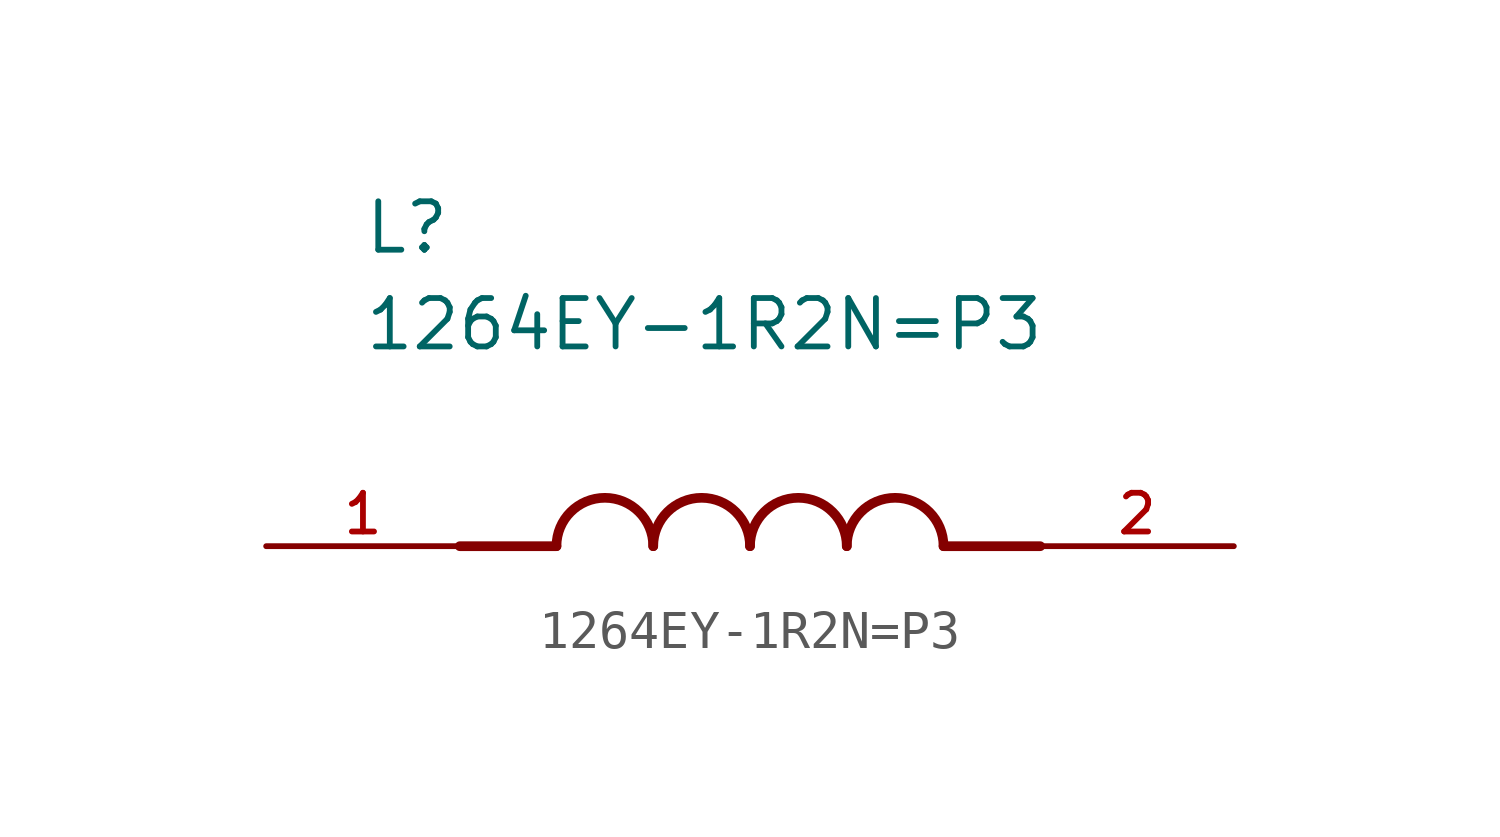
<source format=kicad_sym>
(kicad_symbol_lib
  (version 20211014)
  (generator kicad_symbol_editor)
  (symbol "1264EY-1R2N=P3"
    (pin_names
      (offset 1.016))
    (property "Reference" "L"
      (at -10.16 7.62 0)
      (effects (font (size 1.27 1.27)) (justify bottom left)))
    (property "Value" "1264EY-1R2N=P3"
      (at -10.16 5.08 0)
      (effects (font (size 1.27 1.27)) (justify bottom left)))
    (symbol "1264EY-1R2N=P3_0_0"
      (polyline (pts (xy -5.08 0.0) (xy -7.62 0.0)) (stroke (width 0.254)))
      (polyline (pts (xy 5.08 0.0) (xy 7.62 0.0)) (stroke (width 0.254)))
      (arc (start -2.54 0.0) (mid -3.81 1.27) (end -5.08 0.0) (stroke (width 0.254) (type default) (color 0 0 0 0)) (fill (type none)))
      (arc (start 0.0 0.0) (mid -1.27 1.27) (end -2.54 0.0) (stroke (width 0.254) (type default) (color 0 0 0 0)) (fill (type none)))
      (arc (start 2.54 0.0) (mid 1.27 1.27) (end 0.0 0.0) (stroke (width 0.254) (type default) (color 0 0 0 0)) (fill (type none)))
      (arc (start 5.08 0.0) (mid 3.81 1.27) (end 2.54 0.0) (stroke (width 0.254) (type default) (color 0 0 0 0)) (fill (type none)))
      (pin passive line (at -12.7 0.0 0) (length 5.08) (name "~" (effects (font (size 1.016 1.016)))) (number "1" (effects (font (size 1.016 1.016)))))
      (pin passive line (at 12.7 0.0 180.0) (length 5.08) (name "~" (effects (font (size 1.016 1.016)))) (number "2" (effects (font (size 1.016 1.016))))))))
</source>
